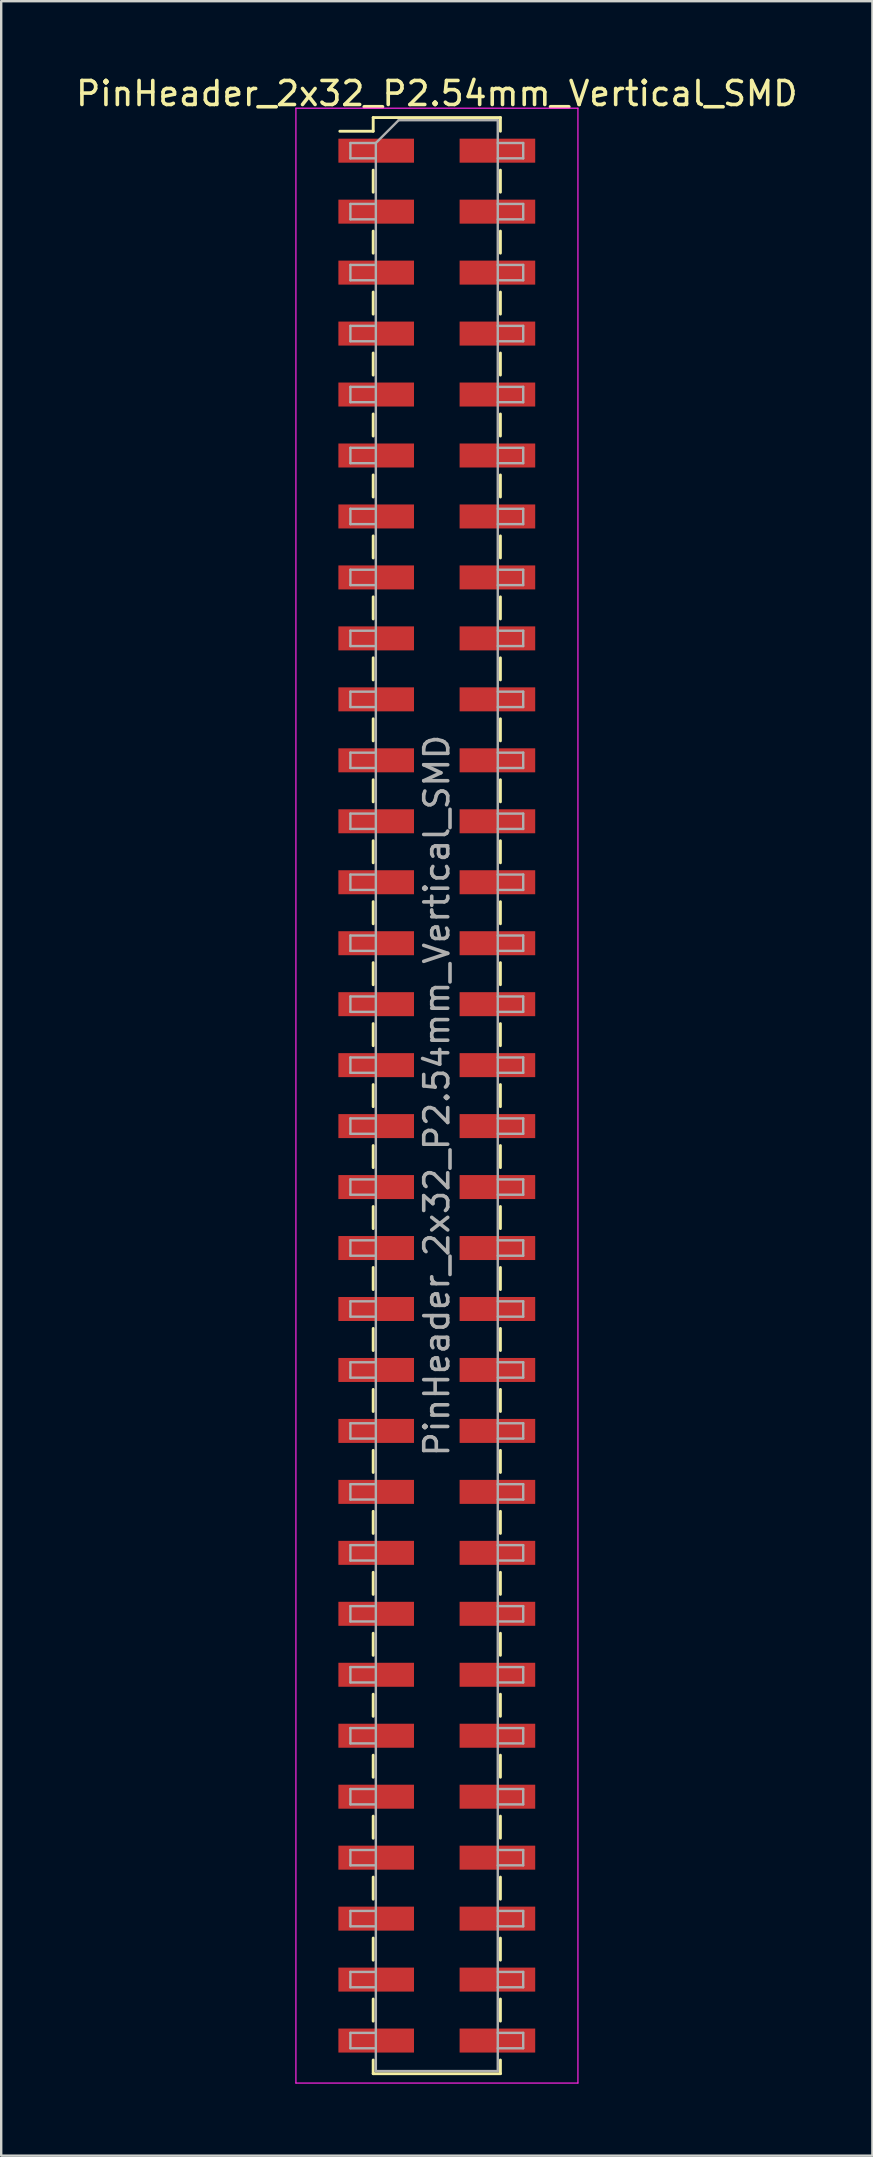
<source format=kicad_pcb>
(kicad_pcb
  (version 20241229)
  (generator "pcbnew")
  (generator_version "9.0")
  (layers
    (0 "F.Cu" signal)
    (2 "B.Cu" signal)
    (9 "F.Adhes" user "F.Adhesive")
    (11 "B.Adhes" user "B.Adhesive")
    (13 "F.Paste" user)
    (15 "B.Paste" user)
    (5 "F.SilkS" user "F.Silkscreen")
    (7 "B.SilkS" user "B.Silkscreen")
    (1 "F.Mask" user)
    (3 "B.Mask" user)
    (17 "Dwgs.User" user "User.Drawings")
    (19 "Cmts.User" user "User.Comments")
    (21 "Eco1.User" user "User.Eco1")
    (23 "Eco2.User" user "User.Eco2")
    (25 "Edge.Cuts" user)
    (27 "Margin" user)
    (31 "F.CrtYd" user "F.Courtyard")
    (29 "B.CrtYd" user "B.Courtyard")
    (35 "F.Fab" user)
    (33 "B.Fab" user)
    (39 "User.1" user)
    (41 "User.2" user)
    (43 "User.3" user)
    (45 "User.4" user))
  (footprint "PinHeader_2x32_P2.54mm_Vertical_SMD"
    (layer "F.Cu")
    (at 15.149 42.598)
    (property "Reference" "PinHeader_2x32_P2.54mm_Vertical_SMD" (at 0 -41.75 0) (layer "F.SilkS") (effects (font (size 1 1) (thickness 0.15))))
    (attr smd)
    (fp_line (start -4.04 -40.18) (end -2.65 -40.18) (stroke (width 0.12) (type solid)) (layer "F.SilkS"))
    (fp_line (start -2.65 -40.75) (end -2.65 -40.18) (stroke (width 0.12) (type solid)) (layer "F.SilkS"))
    (fp_line (start -2.65 -40.75) (end 2.65 -40.75) (stroke (width 0.12) (type solid)) (layer "F.SilkS"))
    (fp_line (start -2.65 -38.56) (end -2.65 -37.64) (stroke (width 0.12) (type solid)) (layer "F.SilkS"))
    (fp_line (start -2.65 -36.02) (end -2.65 -35.1) (stroke (width 0.12) (type solid)) (layer "F.SilkS"))
    (fp_line (start -2.65 -33.48) (end -2.65 -32.56) (stroke (width 0.12) (type solid)) (layer "F.SilkS"))
    (fp_line (start -2.65 -30.94) (end -2.65 -30.02) (stroke (width 0.12) (type solid)) (layer "F.SilkS"))
    (fp_line (start -2.65 -28.4) (end -2.65 -27.48) (stroke (width 0.12) (type solid)) (layer "F.SilkS"))
    (fp_line (start -2.65 -25.86) (end -2.65 -24.94) (stroke (width 0.12) (type solid)) (layer "F.SilkS"))
    (fp_line (start -2.65 -23.32) (end -2.65 -22.4) (stroke (width 0.12) (type solid)) (layer "F.SilkS"))
    (fp_line (start -2.65 -20.78) (end -2.65 -19.86) (stroke (width 0.12) (type solid)) (layer "F.SilkS"))
    (fp_line (start -2.65 -18.24) (end -2.65 -17.32) (stroke (width 0.12) (type solid)) (layer "F.SilkS"))
    (fp_line (start -2.65 -15.7) (end -2.65 -14.78) (stroke (width 0.12) (type solid)) (layer "F.SilkS"))
    (fp_line (start -2.65 -13.16) (end -2.65 -12.24) (stroke (width 0.12) (type solid)) (layer "F.SilkS"))
    (fp_line (start -2.65 -10.62) (end -2.65 -9.7) (stroke (width 0.12) (type solid)) (layer "F.SilkS"))
    (fp_line (start -2.65 -8.08) (end -2.65 -7.16) (stroke (width 0.12) (type solid)) (layer "F.SilkS"))
    (fp_line (start -2.65 -5.54) (end -2.65 -4.62) (stroke (width 0.12) (type solid)) (layer "F.SilkS"))
    (fp_line (start -2.65 -3) (end -2.65 -2.08) (stroke (width 0.12) (type solid)) (layer "F.SilkS"))
    (fp_line (start -2.65 -0.46) (end -2.65 0.46) (stroke (width 0.12) (type solid)) (layer "F.SilkS"))
    (fp_line (start -2.65 2.08) (end -2.65 3) (stroke (width 0.12) (type solid)) (layer "F.SilkS"))
    (fp_line (start -2.65 4.62) (end -2.65 5.54) (stroke (width 0.12) (type solid)) (layer "F.SilkS"))
    (fp_line (start -2.65 7.16) (end -2.65 8.08) (stroke (width 0.12) (type solid)) (layer "F.SilkS"))
    (fp_line (start -2.65 9.7) (end -2.65 10.62) (stroke (width 0.12) (type solid)) (layer "F.SilkS"))
    (fp_line (start -2.65 12.24) (end -2.65 13.16) (stroke (width 0.12) (type solid)) (layer "F.SilkS"))
    (fp_line (start -2.65 14.78) (end -2.65 15.7) (stroke (width 0.12) (type solid)) (layer "F.SilkS"))
    (fp_line (start -2.65 17.32) (end -2.65 18.24) (stroke (width 0.12) (type solid)) (layer "F.SilkS"))
    (fp_line (start -2.65 19.86) (end -2.65 20.78) (stroke (width 0.12) (type solid)) (layer "F.SilkS"))
    (fp_line (start -2.65 22.4) (end -2.65 23.32) (stroke (width 0.12) (type solid)) (layer "F.SilkS"))
    (fp_line (start -2.65 24.94) (end -2.65 25.86) (stroke (width 0.12) (type solid)) (layer "F.SilkS"))
    (fp_line (start -2.65 27.48) (end -2.65 28.4) (stroke (width 0.12) (type solid)) (layer "F.SilkS"))
    (fp_line (start -2.65 30.02) (end -2.65 30.94) (stroke (width 0.12) (type solid)) (layer "F.SilkS"))
    (fp_line (start -2.65 32.56) (end -2.65 33.48) (stroke (width 0.12) (type solid)) (layer "F.SilkS"))
    (fp_line (start -2.65 35.1) (end -2.65 36.02) (stroke (width 0.12) (type solid)) (layer "F.SilkS"))
    (fp_line (start -2.65 37.64) (end -2.65 38.56) (stroke (width 0.12) (type solid)) (layer "F.SilkS"))
    (fp_line (start -2.65 40.18) (end -2.65 40.75) (stroke (width 0.12) (type solid)) (layer "F.SilkS"))
    (fp_line (start -2.65 40.75) (end 2.65 40.75) (stroke (width 0.12) (type solid)) (layer "F.SilkS"))
    (fp_line (start 2.65 -40.75) (end 2.65 -40.18) (stroke (width 0.12) (type solid)) (layer "F.SilkS"))
    (fp_line (start 2.65 -38.56) (end 2.65 -37.64) (stroke (width 0.12) (type solid)) (layer "F.SilkS"))
    (fp_line (start 2.65 -36.02) (end 2.65 -35.1) (stroke (width 0.12) (type solid)) (layer "F.SilkS"))
    (fp_line (start 2.65 -33.48) (end 2.65 -32.56) (stroke (width 0.12) (type solid)) (layer "F.SilkS"))
    (fp_line (start 2.65 -30.94) (end 2.65 -30.02) (stroke (width 0.12) (type solid)) (layer "F.SilkS"))
    (fp_line (start 2.65 -28.4) (end 2.65 -27.48) (stroke (width 0.12) (type solid)) (layer "F.SilkS"))
    (fp_line (start 2.65 -25.86) (end 2.65 -24.94) (stroke (width 0.12) (type solid)) (layer "F.SilkS"))
    (fp_line (start 2.65 -23.32) (end 2.65 -22.4) (stroke (width 0.12) (type solid)) (layer "F.SilkS"))
    (fp_line (start 2.65 -20.78) (end 2.65 -19.86) (stroke (width 0.12) (type solid)) (layer "F.SilkS"))
    (fp_line (start 2.65 -18.24) (end 2.65 -17.32) (stroke (width 0.12) (type solid)) (layer "F.SilkS"))
    (fp_line (start 2.65 -15.7) (end 2.65 -14.78) (stroke (width 0.12) (type solid)) (layer "F.SilkS"))
    (fp_line (start 2.65 -13.16) (end 2.65 -12.24) (stroke (width 0.12) (type solid)) (layer "F.SilkS"))
    (fp_line (start 2.65 -10.62) (end 2.65 -9.7) (stroke (width 0.12) (type solid)) (layer "F.SilkS"))
    (fp_line (start 2.65 -8.08) (end 2.65 -7.16) (stroke (width 0.12) (type solid)) (layer "F.SilkS"))
    (fp_line (start 2.65 -5.54) (end 2.65 -4.62) (stroke (width 0.12) (type solid)) (layer "F.SilkS"))
    (fp_line (start 2.65 -3) (end 2.65 -2.08) (stroke (width 0.12) (type solid)) (layer "F.SilkS"))
    (fp_line (start 2.65 -0.46) (end 2.65 0.46) (stroke (width 0.12) (type solid)) (layer "F.SilkS"))
    (fp_line (start 2.65 2.08) (end 2.65 3) (stroke (width 0.12) (type solid)) (layer "F.SilkS"))
    (fp_line (start 2.65 4.62) (end 2.65 5.54) (stroke (width 0.12) (type solid)) (layer "F.SilkS"))
    (fp_line (start 2.65 7.16) (end 2.65 8.08) (stroke (width 0.12) (type solid)) (layer "F.SilkS"))
    (fp_line (start 2.65 9.7) (end 2.65 10.62) (stroke (width 0.12) (type solid)) (layer "F.SilkS"))
    (fp_line (start 2.65 12.24) (end 2.65 13.16) (stroke (width 0.12) (type solid)) (layer "F.SilkS"))
    (fp_line (start 2.65 14.78) (end 2.65 15.7) (stroke (width 0.12) (type solid)) (layer "F.SilkS"))
    (fp_line (start 2.65 17.32) (end 2.65 18.24) (stroke (width 0.12) (type solid)) (layer "F.SilkS"))
    (fp_line (start 2.65 19.86) (end 2.65 20.78) (stroke (width 0.12) (type solid)) (layer "F.SilkS"))
    (fp_line (start 2.65 22.4) (end 2.65 23.32) (stroke (width 0.12) (type solid)) (layer "F.SilkS"))
    (fp_line (start 2.65 24.94) (end 2.65 25.86) (stroke (width 0.12) (type solid)) (layer "F.SilkS"))
    (fp_line (start 2.65 27.48) (end 2.65 28.4) (stroke (width 0.12) (type solid)) (layer "F.SilkS"))
    (fp_line (start 2.65 30.02) (end 2.65 30.94) (stroke (width 0.12) (type solid)) (layer "F.SilkS"))
    (fp_line (start 2.65 32.56) (end 2.65 33.48) (stroke (width 0.12) (type solid)) (layer "F.SilkS"))
    (fp_line (start 2.65 35.1) (end 2.65 36.02) (stroke (width 0.12) (type solid)) (layer "F.SilkS"))
    (fp_line (start 2.65 37.64) (end 2.65 38.56) (stroke (width 0.12) (type solid)) (layer "F.SilkS"))
    (fp_line (start 2.65 40.18) (end 2.65 40.75) (stroke (width 0.12) (type solid)) (layer "F.SilkS"))
    (fp_line (start -5.87 -41.14) (end -5.87 41.14) (stroke (width 0.05) (type solid)) (layer "F.CrtYd"))
    (fp_line (start -5.87 41.14) (end 5.88 41.14) (stroke (width 0.05) (type solid)) (layer "F.CrtYd"))
    (fp_line (start 5.88 -41.14) (end -5.87 -41.14) (stroke (width 0.05) (type solid)) (layer "F.CrtYd"))
    (fp_line (start 5.88 41.14) (end 5.88 -41.14) (stroke (width 0.05) (type solid)) (layer "F.CrtYd"))
    (fp_line (start -3.6 -39.69) (end -3.6 -39.05) (stroke (width 0.1) (type solid)) (layer "F.Fab"))
    (fp_line (start -3.6 -39.05) (end -2.54 -39.05) (stroke (width 0.1) (type solid)) (layer "F.Fab"))
    (fp_line (start -3.6 -37.15) (end -3.6 -36.51) (stroke (width 0.1) (type solid)) (layer "F.Fab"))
    (fp_line (start -3.6 -36.51) (end -2.54 -36.51) (stroke (width 0.1) (type solid)) (layer "F.Fab"))
    (fp_line (start -3.6 -34.61) (end -3.6 -33.97) (stroke (width 0.1) (type solid)) (layer "F.Fab"))
    (fp_line (start -3.6 -33.97) (end -2.54 -33.97) (stroke (width 0.1) (type solid)) (layer "F.Fab"))
    (fp_line (start -3.6 -32.07) (end -3.6 -31.43) (stroke (width 0.1) (type solid)) (layer "F.Fab"))
    (fp_line (start -3.6 -31.43) (end -2.54 -31.43) (stroke (width 0.1) (type solid)) (layer "F.Fab"))
    (fp_line (start -3.6 -29.53) (end -3.6 -28.89) (stroke (width 0.1) (type solid)) (layer "F.Fab"))
    (fp_line (start -3.6 -28.89) (end -2.54 -28.89) (stroke (width 0.1) (type solid)) (layer "F.Fab"))
    (fp_line (start -3.6 -26.99) (end -3.6 -26.35) (stroke (width 0.1) (type solid)) (layer "F.Fab"))
    (fp_line (start -3.6 -26.35) (end -2.54 -26.35) (stroke (width 0.1) (type solid)) (layer "F.Fab"))
    (fp_line (start -3.6 -24.45) (end -3.6 -23.81) (stroke (width 0.1) (type solid)) (layer "F.Fab"))
    (fp_line (start -3.6 -23.81) (end -2.54 -23.81) (stroke (width 0.1) (type solid)) (layer "F.Fab"))
    (fp_line (start -3.6 -21.91) (end -3.6 -21.27) (stroke (width 0.1) (type solid)) (layer "F.Fab"))
    (fp_line (start -3.6 -21.27) (end -2.54 -21.27) (stroke (width 0.1) (type solid)) (layer "F.Fab"))
    (fp_line (start -3.6 -19.37) (end -3.6 -18.73) (stroke (width 0.1) (type solid)) (layer "F.Fab"))
    (fp_line (start -3.6 -18.73) (end -2.54 -18.73) (stroke (width 0.1) (type solid)) (layer "F.Fab"))
    (fp_line (start -3.6 -16.83) (end -3.6 -16.19) (stroke (width 0.1) (type solid)) (layer "F.Fab"))
    (fp_line (start -3.6 -16.19) (end -2.54 -16.19) (stroke (width 0.1) (type solid)) (layer "F.Fab"))
    (fp_line (start -3.6 -14.29) (end -3.6 -13.65) (stroke (width 0.1) (type solid)) (layer "F.Fab"))
    (fp_line (start -3.6 -13.65) (end -2.54 -13.65) (stroke (width 0.1) (type solid)) (layer "F.Fab"))
    (fp_line (start -3.6 -11.75) (end -3.6 -11.11) (stroke (width 0.1) (type solid)) (layer "F.Fab"))
    (fp_line (start -3.6 -11.11) (end -2.54 -11.11) (stroke (width 0.1) (type solid)) (layer "F.Fab"))
    (fp_line (start -3.6 -9.21) (end -3.6 -8.57) (stroke (width 0.1) (type solid)) (layer "F.Fab"))
    (fp_line (start -3.6 -8.57) (end -2.54 -8.57) (stroke (width 0.1) (type solid)) (layer "F.Fab"))
    (fp_line (start -3.6 -6.67) (end -3.6 -6.03) (stroke (width 0.1) (type solid)) (layer "F.Fab"))
    (fp_line (start -3.6 -6.03) (end -2.54 -6.03) (stroke (width 0.1) (type solid)) (layer "F.Fab"))
    (fp_line (start -3.6 -4.13) (end -3.6 -3.49) (stroke (width 0.1) (type solid)) (layer "F.Fab"))
    (fp_line (start -3.6 -3.49) (end -2.54 -3.49) (stroke (width 0.1) (type solid)) (layer "F.Fab"))
    (fp_line (start -3.6 -1.59) (end -3.6 -0.95) (stroke (width 0.1) (type solid)) (layer "F.Fab"))
    (fp_line (start -3.6 -0.95) (end -2.54 -0.95) (stroke (width 0.1) (type solid)) (layer "F.Fab"))
    (fp_line (start -3.6 0.95) (end -3.6 1.59) (stroke (width 0.1) (type solid)) (layer "F.Fab"))
    (fp_line (start -3.6 1.59) (end -2.54 1.59) (stroke (width 0.1) (type solid)) (layer "F.Fab"))
    (fp_line (start -3.6 3.49) (end -3.6 4.13) (stroke (width 0.1) (type solid)) (layer "F.Fab"))
    (fp_line (start -3.6 4.13) (end -2.54 4.13) (stroke (width 0.1) (type solid)) (layer "F.Fab"))
    (fp_line (start -3.6 6.03) (end -3.6 6.67) (stroke (width 0.1) (type solid)) (layer "F.Fab"))
    (fp_line (start -3.6 6.67) (end -2.54 6.67) (stroke (width 0.1) (type solid)) (layer "F.Fab"))
    (fp_line (start -3.6 8.57) (end -3.6 9.21) (stroke (width 0.1) (type solid)) (layer "F.Fab"))
    (fp_line (start -3.6 9.21) (end -2.54 9.21) (stroke (width 0.1) (type solid)) (layer "F.Fab"))
    (fp_line (start -3.6 11.11) (end -3.6 11.75) (stroke (width 0.1) (type solid)) (layer "F.Fab"))
    (fp_line (start -3.6 11.75) (end -2.54 11.75) (stroke (width 0.1) (type solid)) (layer "F.Fab"))
    (fp_line (start -3.6 13.65) (end -3.6 14.29) (stroke (width 0.1) (type solid)) (layer "F.Fab"))
    (fp_line (start -3.6 14.29) (end -2.54 14.29) (stroke (width 0.1) (type solid)) (layer "F.Fab"))
    (fp_line (start -3.6 16.19) (end -3.6 16.83) (stroke (width 0.1) (type solid)) (layer "F.Fab"))
    (fp_line (start -3.6 16.83) (end -2.54 16.83) (stroke (width 0.1) (type solid)) (layer "F.Fab"))
    (fp_line (start -3.6 18.73) (end -3.6 19.37) (stroke (width 0.1) (type solid)) (layer "F.Fab"))
    (fp_line (start -3.6 19.37) (end -2.54 19.37) (stroke (width 0.1) (type solid)) (layer "F.Fab"))
    (fp_line (start -3.6 21.27) (end -3.6 21.91) (stroke (width 0.1) (type solid)) (layer "F.Fab"))
    (fp_line (start -3.6 21.91) (end -2.54 21.91) (stroke (width 0.1) (type solid)) (layer "F.Fab"))
    (fp_line (start -3.6 23.81) (end -3.6 24.45) (stroke (width 0.1) (type solid)) (layer "F.Fab"))
    (fp_line (start -3.6 24.45) (end -2.54 24.45) (stroke (width 0.1) (type solid)) (layer "F.Fab"))
    (fp_line (start -3.6 26.35) (end -3.6 26.99) (stroke (width 0.1) (type solid)) (layer "F.Fab"))
    (fp_line (start -3.6 26.99) (end -2.54 26.99) (stroke (width 0.1) (type solid)) (layer "F.Fab"))
    (fp_line (start -3.6 28.89) (end -3.6 29.53) (stroke (width 0.1) (type solid)) (layer "F.Fab"))
    (fp_line (start -3.6 29.53) (end -2.54 29.53) (stroke (width 0.1) (type solid)) (layer "F.Fab"))
    (fp_line (start -3.6 31.43) (end -3.6 32.07) (stroke (width 0.1) (type solid)) (layer "F.Fab"))
    (fp_line (start -3.6 32.07) (end -2.54 32.07) (stroke (width 0.1) (type solid)) (layer "F.Fab"))
    (fp_line (start -3.6 33.97) (end -3.6 34.61) (stroke (width 0.1) (type solid)) (layer "F.Fab"))
    (fp_line (start -3.6 34.61) (end -2.54 34.61) (stroke (width 0.1) (type solid)) (layer "F.Fab"))
    (fp_line (start -3.6 36.51) (end -3.6 37.15) (stroke (width 0.1) (type solid)) (layer "F.Fab"))
    (fp_line (start -3.6 37.15) (end -2.54 37.15) (stroke (width 0.1) (type solid)) (layer "F.Fab"))
    (fp_line (start -3.6 39.05) (end -3.6 39.69) (stroke (width 0.1) (type solid)) (layer "F.Fab"))
    (fp_line (start -3.6 39.69) (end -2.54 39.69) (stroke (width 0.1) (type solid)) (layer "F.Fab"))
    (fp_line (start -2.54 -39.69) (end -3.6 -39.69) (stroke (width 0.1) (type solid)) (layer "F.Fab"))
    (fp_line (start -2.54 -39.69) (end -1.59 -40.64) (stroke (width 0.1) (type solid)) (layer "F.Fab"))
    (fp_line (start -2.54 -37.15) (end -3.6 -37.15) (stroke (width 0.1) (type solid)) (layer "F.Fab"))
    (fp_line (start -2.54 -34.61) (end -3.6 -34.61) (stroke (width 0.1) (type solid)) (layer "F.Fab"))
    (fp_line (start -2.54 -32.07) (end -3.6 -32.07) (stroke (width 0.1) (type solid)) (layer "F.Fab"))
    (fp_line (start -2.54 -29.53) (end -3.6 -29.53) (stroke (width 0.1) (type solid)) (layer "F.Fab"))
    (fp_line (start -2.54 -26.99) (end -3.6 -26.99) (stroke (width 0.1) (type solid)) (layer "F.Fab"))
    (fp_line (start -2.54 -24.45) (end -3.6 -24.45) (stroke (width 0.1) (type solid)) (layer "F.Fab"))
    (fp_line (start -2.54 -21.91) (end -3.6 -21.91) (stroke (width 0.1) (type solid)) (layer "F.Fab"))
    (fp_line (start -2.54 -19.37) (end -3.6 -19.37) (stroke (width 0.1) (type solid)) (layer "F.Fab"))
    (fp_line (start -2.54 -16.83) (end -3.6 -16.83) (stroke (width 0.1) (type solid)) (layer "F.Fab"))
    (fp_line (start -2.54 -14.29) (end -3.6 -14.29) (stroke (width 0.1) (type solid)) (layer "F.Fab"))
    (fp_line (start -2.54 -11.75) (end -3.6 -11.75) (stroke (width 0.1) (type solid)) (layer "F.Fab"))
    (fp_line (start -2.54 -9.21) (end -3.6 -9.21) (stroke (width 0.1) (type solid)) (layer "F.Fab"))
    (fp_line (start -2.54 -6.67) (end -3.6 -6.67) (stroke (width 0.1) (type solid)) (layer "F.Fab"))
    (fp_line (start -2.54 -4.13) (end -3.6 -4.13) (stroke (width 0.1) (type solid)) (layer "F.Fab"))
    (fp_line (start -2.54 -1.59) (end -3.6 -1.59) (stroke (width 0.1) (type solid)) (layer "F.Fab"))
    (fp_line (start -2.54 0.95) (end -3.6 0.95) (stroke (width 0.1) (type solid)) (layer "F.Fab"))
    (fp_line (start -2.54 3.49) (end -3.6 3.49) (stroke (width 0.1) (type solid)) (layer "F.Fab"))
    (fp_line (start -2.54 6.03) (end -3.6 6.03) (stroke (width 0.1) (type solid)) (layer "F.Fab"))
    (fp_line (start -2.54 8.57) (end -3.6 8.57) (stroke (width 0.1) (type solid)) (layer "F.Fab"))
    (fp_line (start -2.54 11.11) (end -3.6 11.11) (stroke (width 0.1) (type solid)) (layer "F.Fab"))
    (fp_line (start -2.54 13.65) (end -3.6 13.65) (stroke (width 0.1) (type solid)) (layer "F.Fab"))
    (fp_line (start -2.54 16.19) (end -3.6 16.19) (stroke (width 0.1) (type solid)) (layer "F.Fab"))
    (fp_line (start -2.54 18.73) (end -3.6 18.73) (stroke (width 0.1) (type solid)) (layer "F.Fab"))
    (fp_line (start -2.54 21.27) (end -3.6 21.27) (stroke (width 0.1) (type solid)) (layer "F.Fab"))
    (fp_line (start -2.54 23.81) (end -3.6 23.81) (stroke (width 0.1) (type solid)) (layer "F.Fab"))
    (fp_line (start -2.54 26.35) (end -3.6 26.35) (stroke (width 0.1) (type solid)) (layer "F.Fab"))
    (fp_line (start -2.54 28.89) (end -3.6 28.89) (stroke (width 0.1) (type solid)) (layer "F.Fab"))
    (fp_line (start -2.54 31.43) (end -3.6 31.43) (stroke (width 0.1) (type solid)) (layer "F.Fab"))
    (fp_line (start -2.54 33.97) (end -3.6 33.97) (stroke (width 0.1) (type solid)) (layer "F.Fab"))
    (fp_line (start -2.54 36.51) (end -3.6 36.51) (stroke (width 0.1) (type solid)) (layer "F.Fab"))
    (fp_line (start -2.54 39.05) (end -3.6 39.05) (stroke (width 0.1) (type solid)) (layer "F.Fab"))
    (fp_line (start -2.54 40.64) (end -2.54 -39.69) (stroke (width 0.1) (type solid)) (layer "F.Fab"))
    (fp_line (start -1.59 -40.64) (end 2.54 -40.64) (stroke (width 0.1) (type solid)) (layer "F.Fab"))
    (fp_line (start 2.54 -40.64) (end 2.54 40.64) (stroke (width 0.1) (type solid)) (layer "F.Fab"))
    (fp_line (start 2.54 -39.69) (end 3.6 -39.69) (stroke (width 0.1) (type solid)) (layer "F.Fab"))
    (fp_line (start 2.54 -37.15) (end 3.6 -37.15) (stroke (width 0.1) (type solid)) (layer "F.Fab"))
    (fp_line (start 2.54 -34.61) (end 3.6 -34.61) (stroke (width 0.1) (type solid)) (layer "F.Fab"))
    (fp_line (start 2.54 -32.07) (end 3.6 -32.07) (stroke (width 0.1) (type solid)) (layer "F.Fab"))
    (fp_line (start 2.54 -29.53) (end 3.6 -29.53) (stroke (width 0.1) (type solid)) (layer "F.Fab"))
    (fp_line (start 2.54 -26.99) (end 3.6 -26.99) (stroke (width 0.1) (type solid)) (layer "F.Fab"))
    (fp_line (start 2.54 -24.45) (end 3.6 -24.45) (stroke (width 0.1) (type solid)) (layer "F.Fab"))
    (fp_line (start 2.54 -21.91) (end 3.6 -21.91) (stroke (width 0.1) (type solid)) (layer "F.Fab"))
    (fp_line (start 2.54 -19.37) (end 3.6 -19.37) (stroke (width 0.1) (type solid)) (layer "F.Fab"))
    (fp_line (start 2.54 -16.83) (end 3.6 -16.83) (stroke (width 0.1) (type solid)) (layer "F.Fab"))
    (fp_line (start 2.54 -14.29) (end 3.6 -14.29) (stroke (width 0.1) (type solid)) (layer "F.Fab"))
    (fp_line (start 2.54 -11.75) (end 3.6 -11.75) (stroke (width 0.1) (type solid)) (layer "F.Fab"))
    (fp_line (start 2.54 -9.21) (end 3.6 -9.21) (stroke (width 0.1) (type solid)) (layer "F.Fab"))
    (fp_line (start 2.54 -6.67) (end 3.6 -6.67) (stroke (width 0.1) (type solid)) (layer "F.Fab"))
    (fp_line (start 2.54 -4.13) (end 3.6 -4.13) (stroke (width 0.1) (type solid)) (layer "F.Fab"))
    (fp_line (start 2.54 -1.59) (end 3.6 -1.59) (stroke (width 0.1) (type solid)) (layer "F.Fab"))
    (fp_line (start 2.54 0.95) (end 3.6 0.95) (stroke (width 0.1) (type solid)) (layer "F.Fab"))
    (fp_line (start 2.54 3.49) (end 3.6 3.49) (stroke (width 0.1) (type solid)) (layer "F.Fab"))
    (fp_line (start 2.54 6.03) (end 3.6 6.03) (stroke (width 0.1) (type solid)) (layer "F.Fab"))
    (fp_line (start 2.54 8.57) (end 3.6 8.57) (stroke (width 0.1) (type solid)) (layer "F.Fab"))
    (fp_line (start 2.54 11.11) (end 3.6 11.11) (stroke (width 0.1) (type solid)) (layer "F.Fab"))
    (fp_line (start 2.54 13.65) (end 3.6 13.65) (stroke (width 0.1) (type solid)) (layer "F.Fab"))
    (fp_line (start 2.54 16.19) (end 3.6 16.19) (stroke (width 0.1) (type solid)) (layer "F.Fab"))
    (fp_line (start 2.54 18.73) (end 3.6 18.73) (stroke (width 0.1) (type solid)) (layer "F.Fab"))
    (fp_line (start 2.54 21.27) (end 3.6 21.27) (stroke (width 0.1) (type solid)) (layer "F.Fab"))
    (fp_line (start 2.54 23.81) (end 3.6 23.81) (stroke (width 0.1) (type solid)) (layer "F.Fab"))
    (fp_line (start 2.54 26.35) (end 3.6 26.35) (stroke (width 0.1) (type solid)) (layer "F.Fab"))
    (fp_line (start 2.54 28.89) (end 3.6 28.89) (stroke (width 0.1) (type solid)) (layer "F.Fab"))
    (fp_line (start 2.54 31.43) (end 3.6 31.43) (stroke (width 0.1) (type solid)) (layer "F.Fab"))
    (fp_line (start 2.54 33.97) (end 3.6 33.97) (stroke (width 0.1) (type solid)) (layer "F.Fab"))
    (fp_line (start 2.54 36.51) (end 3.6 36.51) (stroke (width 0.1) (type solid)) (layer "F.Fab"))
    (fp_line (start 2.54 39.05) (end 3.6 39.05) (stroke (width 0.1) (type solid)) (layer "F.Fab"))
    (fp_line (start 2.54 40.64) (end -2.54 40.64) (stroke (width 0.1) (type solid)) (layer "F.Fab"))
    (fp_line (start 3.6 -39.69) (end 3.6 -39.05) (stroke (width 0.1) (type solid)) (layer "F.Fab"))
    (fp_line (start 3.6 -39.05) (end 2.54 -39.05) (stroke (width 0.1) (type solid)) (layer "F.Fab"))
    (fp_line (start 3.6 -37.15) (end 3.6 -36.51) (stroke (width 0.1) (type solid)) (layer "F.Fab"))
    (fp_line (start 3.6 -36.51) (end 2.54 -36.51) (stroke (width 0.1) (type solid)) (layer "F.Fab"))
    (fp_line (start 3.6 -34.61) (end 3.6 -33.97) (stroke (width 0.1) (type solid)) (layer "F.Fab"))
    (fp_line (start 3.6 -33.97) (end 2.54 -33.97) (stroke (width 0.1) (type solid)) (layer "F.Fab"))
    (fp_line (start 3.6 -32.07) (end 3.6 -31.43) (stroke (width 0.1) (type solid)) (layer "F.Fab"))
    (fp_line (start 3.6 -31.43) (end 2.54 -31.43) (stroke (width 0.1) (type solid)) (layer "F.Fab"))
    (fp_line (start 3.6 -29.53) (end 3.6 -28.89) (stroke (width 0.1) (type solid)) (layer "F.Fab"))
    (fp_line (start 3.6 -28.89) (end 2.54 -28.89) (stroke (width 0.1) (type solid)) (layer "F.Fab"))
    (fp_line (start 3.6 -26.99) (end 3.6 -26.35) (stroke (width 0.1) (type solid)) (layer "F.Fab"))
    (fp_line (start 3.6 -26.35) (end 2.54 -26.35) (stroke (width 0.1) (type solid)) (layer "F.Fab"))
    (fp_line (start 3.6 -24.45) (end 3.6 -23.81) (stroke (width 0.1) (type solid)) (layer "F.Fab"))
    (fp_line (start 3.6 -23.81) (end 2.54 -23.81) (stroke (width 0.1) (type solid)) (layer "F.Fab"))
    (fp_line (start 3.6 -21.91) (end 3.6 -21.27) (stroke (width 0.1) (type solid)) (layer "F.Fab"))
    (fp_line (start 3.6 -21.27) (end 2.54 -21.27) (stroke (width 0.1) (type solid)) (layer "F.Fab"))
    (fp_line (start 3.6 -19.37) (end 3.6 -18.73) (stroke (width 0.1) (type solid)) (layer "F.Fab"))
    (fp_line (start 3.6 -18.73) (end 2.54 -18.73) (stroke (width 0.1) (type solid)) (layer "F.Fab"))
    (fp_line (start 3.6 -16.83) (end 3.6 -16.19) (stroke (width 0.1) (type solid)) (layer "F.Fab"))
    (fp_line (start 3.6 -16.19) (end 2.54 -16.19) (stroke (width 0.1) (type solid)) (layer "F.Fab"))
    (fp_line (start 3.6 -14.29) (end 3.6 -13.65) (stroke (width 0.1) (type solid)) (layer "F.Fab"))
    (fp_line (start 3.6 -13.65) (end 2.54 -13.65) (stroke (width 0.1) (type solid)) (layer "F.Fab"))
    (fp_line (start 3.6 -11.75) (end 3.6 -11.11) (stroke (width 0.1) (type solid)) (layer "F.Fab"))
    (fp_line (start 3.6 -11.11) (end 2.54 -11.11) (stroke (width 0.1) (type solid)) (layer "F.Fab"))
    (fp_line (start 3.6 -9.21) (end 3.6 -8.57) (stroke (width 0.1) (type solid)) (layer "F.Fab"))
    (fp_line (start 3.6 -8.57) (end 2.54 -8.57) (stroke (width 0.1) (type solid)) (layer "F.Fab"))
    (fp_line (start 3.6 -6.67) (end 3.6 -6.03) (stroke (width 0.1) (type solid)) (layer "F.Fab"))
    (fp_line (start 3.6 -6.03) (end 2.54 -6.03) (stroke (width 0.1) (type solid)) (layer "F.Fab"))
    (fp_line (start 3.6 -4.13) (end 3.6 -3.49) (stroke (width 0.1) (type solid)) (layer "F.Fab"))
    (fp_line (start 3.6 -3.49) (end 2.54 -3.49) (stroke (width 0.1) (type solid)) (layer "F.Fab"))
    (fp_line (start 3.6 -1.59) (end 3.6 -0.95) (stroke (width 0.1) (type solid)) (layer "F.Fab"))
    (fp_line (start 3.6 -0.95) (end 2.54 -0.95) (stroke (width 0.1) (type solid)) (layer "F.Fab"))
    (fp_line (start 3.6 0.95) (end 3.6 1.59) (stroke (width 0.1) (type solid)) (layer "F.Fab"))
    (fp_line (start 3.6 1.59) (end 2.54 1.59) (stroke (width 0.1) (type solid)) (layer "F.Fab"))
    (fp_line (start 3.6 3.49) (end 3.6 4.13) (stroke (width 0.1) (type solid)) (layer "F.Fab"))
    (fp_line (start 3.6 4.13) (end 2.54 4.13) (stroke (width 0.1) (type solid)) (layer "F.Fab"))
    (fp_line (start 3.6 6.03) (end 3.6 6.67) (stroke (width 0.1) (type solid)) (layer "F.Fab"))
    (fp_line (start 3.6 6.67) (end 2.54 6.67) (stroke (width 0.1) (type solid)) (layer "F.Fab"))
    (fp_line (start 3.6 8.57) (end 3.6 9.21) (stroke (width 0.1) (type solid)) (layer "F.Fab"))
    (fp_line (start 3.6 9.21) (end 2.54 9.21) (stroke (width 0.1) (type solid)) (layer "F.Fab"))
    (fp_line (start 3.6 11.11) (end 3.6 11.75) (stroke (width 0.1) (type solid)) (layer "F.Fab"))
    (fp_line (start 3.6 11.75) (end 2.54 11.75) (stroke (width 0.1) (type solid)) (layer "F.Fab"))
    (fp_line (start 3.6 13.65) (end 3.6 14.29) (stroke (width 0.1) (type solid)) (layer "F.Fab"))
    (fp_line (start 3.6 14.29) (end 2.54 14.29) (stroke (width 0.1) (type solid)) (layer "F.Fab"))
    (fp_line (start 3.6 16.19) (end 3.6 16.83) (stroke (width 0.1) (type solid)) (layer "F.Fab"))
    (fp_line (start 3.6 16.83) (end 2.54 16.83) (stroke (width 0.1) (type solid)) (layer "F.Fab"))
    (fp_line (start 3.6 18.73) (end 3.6 19.37) (stroke (width 0.1) (type solid)) (layer "F.Fab"))
    (fp_line (start 3.6 19.37) (end 2.54 19.37) (stroke (width 0.1) (type solid)) (layer "F.Fab"))
    (fp_line (start 3.6 21.27) (end 3.6 21.91) (stroke (width 0.1) (type solid)) (layer "F.Fab"))
    (fp_line (start 3.6 21.91) (end 2.54 21.91) (stroke (width 0.1) (type solid)) (layer "F.Fab"))
    (fp_line (start 3.6 23.81) (end 3.6 24.45) (stroke (width 0.1) (type solid)) (layer "F.Fab"))
    (fp_line (start 3.6 24.45) (end 2.54 24.45) (stroke (width 0.1) (type solid)) (layer "F.Fab"))
    (fp_line (start 3.6 26.35) (end 3.6 26.99) (stroke (width 0.1) (type solid)) (layer "F.Fab"))
    (fp_line (start 3.6 26.99) (end 2.54 26.99) (stroke (width 0.1) (type solid)) (layer "F.Fab"))
    (fp_line (start 3.6 28.89) (end 3.6 29.53) (stroke (width 0.1) (type solid)) (layer "F.Fab"))
    (fp_line (start 3.6 29.53) (end 2.54 29.53) (stroke (width 0.1) (type solid)) (layer "F.Fab"))
    (fp_line (start 3.6 31.43) (end 3.6 32.07) (stroke (width 0.1) (type solid)) (layer "F.Fab"))
    (fp_line (start 3.6 32.07) (end 2.54 32.07) (stroke (width 0.1) (type solid)) (layer "F.Fab"))
    (fp_line (start 3.6 33.97) (end 3.6 34.61) (stroke (width 0.1) (type solid)) (layer "F.Fab"))
    (fp_line (start 3.6 34.61) (end 2.54 34.61) (stroke (width 0.1) (type solid)) (layer "F.Fab"))
    (fp_line (start 3.6 36.51) (end 3.6 37.15) (stroke (width 0.1) (type solid)) (layer "F.Fab"))
    (fp_line (start 3.6 37.15) (end 2.54 37.15) (stroke (width 0.1) (type solid)) (layer "F.Fab"))
    (fp_line (start 3.6 39.05) (end 3.6 39.69) (stroke (width 0.1) (type solid)) (layer "F.Fab"))
    (fp_line (start 3.6 39.69) (end 2.54 39.69) (stroke (width 0.1) (type solid)) (layer "F.Fab"))
    (fp_text user "${REFERENCE}" (at 0 0 90) (layer "F.Fab") (effects (font (size 1 1) (thickness 0.15))))
    (pad "1" smd rect (at -2.525 -39.37) (size 3.15 1) (layers "F.Cu" "F.Mask" "F.Paste"))
    (pad "2" smd rect (at 2.525 -39.37) (size 3.15 1) (layers "F.Cu" "F.Mask" "F.Paste"))
    (pad "3" smd rect (at -2.525 -36.83) (size 3.15 1) (layers "F.Cu" "F.Mask" "F.Paste"))
    (pad "4" smd rect (at 2.525 -36.83) (size 3.15 1) (layers "F.Cu" "F.Mask" "F.Paste"))
    (pad "5" smd rect (at -2.525 -34.29) (size 3.15 1) (layers "F.Cu" "F.Mask" "F.Paste"))
    (pad "6" smd rect (at 2.525 -34.29) (size 3.15 1) (layers "F.Cu" "F.Mask" "F.Paste"))
    (pad "7" smd rect (at -2.525 -31.75) (size 3.15 1) (layers "F.Cu" "F.Mask" "F.Paste"))
    (pad "8" smd rect (at 2.525 -31.75) (size 3.15 1) (layers "F.Cu" "F.Mask" "F.Paste"))
    (pad "9" smd rect (at -2.525 -29.21) (size 3.15 1) (layers "F.Cu" "F.Mask" "F.Paste"))
    (pad "10" smd rect (at 2.525 -29.21) (size 3.15 1) (layers "F.Cu" "F.Mask" "F.Paste"))
    (pad "11" smd rect (at -2.525 -26.67) (size 3.15 1) (layers "F.Cu" "F.Mask" "F.Paste"))
    (pad "12" smd rect (at 2.525 -26.67) (size 3.15 1) (layers "F.Cu" "F.Mask" "F.Paste"))
    (pad "13" smd rect (at -2.525 -24.13) (size 3.15 1) (layers "F.Cu" "F.Mask" "F.Paste"))
    (pad "14" smd rect (at 2.525 -24.13) (size 3.15 1) (layers "F.Cu" "F.Mask" "F.Paste"))
    (pad "15" smd rect (at -2.525 -21.59) (size 3.15 1) (layers "F.Cu" "F.Mask" "F.Paste"))
    (pad "16" smd rect (at 2.525 -21.59) (size 3.15 1) (layers "F.Cu" "F.Mask" "F.Paste"))
    (pad "17" smd rect (at -2.525 -19.05) (size 3.15 1) (layers "F.Cu" "F.Mask" "F.Paste"))
    (pad "18" smd rect (at 2.525 -19.05) (size 3.15 1) (layers "F.Cu" "F.Mask" "F.Paste"))
    (pad "19" smd rect (at -2.525 -16.51) (size 3.15 1) (layers "F.Cu" "F.Mask" "F.Paste"))
    (pad "20" smd rect (at 2.525 -16.51) (size 3.15 1) (layers "F.Cu" "F.Mask" "F.Paste"))
    (pad "21" smd rect (at -2.525 -13.97) (size 3.15 1) (layers "F.Cu" "F.Mask" "F.Paste"))
    (pad "22" smd rect (at 2.525 -13.97) (size 3.15 1) (layers "F.Cu" "F.Mask" "F.Paste"))
    (pad "23" smd rect (at -2.525 -11.43) (size 3.15 1) (layers "F.Cu" "F.Mask" "F.Paste"))
    (pad "24" smd rect (at 2.525 -11.43) (size 3.15 1) (layers "F.Cu" "F.Mask" "F.Paste"))
    (pad "25" smd rect (at -2.525 -8.89) (size 3.15 1) (layers "F.Cu" "F.Mask" "F.Paste"))
    (pad "26" smd rect (at 2.525 -8.89) (size 3.15 1) (layers "F.Cu" "F.Mask" "F.Paste"))
    (pad "27" smd rect (at -2.525 -6.35) (size 3.15 1) (layers "F.Cu" "F.Mask" "F.Paste"))
    (pad "28" smd rect (at 2.525 -6.35) (size 3.15 1) (layers "F.Cu" "F.Mask" "F.Paste"))
    (pad "29" smd rect (at -2.525 -3.81) (size 3.15 1) (layers "F.Cu" "F.Mask" "F.Paste"))
    (pad "30" smd rect (at 2.525 -3.81) (size 3.15 1) (layers "F.Cu" "F.Mask" "F.Paste"))
    (pad "31" smd rect (at -2.525 -1.27) (size 3.15 1) (layers "F.Cu" "F.Mask" "F.Paste"))
    (pad "32" smd rect (at 2.525 -1.27) (size 3.15 1) (layers "F.Cu" "F.Mask" "F.Paste"))
    (pad "33" smd rect (at -2.525 1.27) (size 3.15 1) (layers "F.Cu" "F.Mask" "F.Paste"))
    (pad "34" smd rect (at 2.525 1.27) (size 3.15 1) (layers "F.Cu" "F.Mask" "F.Paste"))
    (pad "35" smd rect (at -2.525 3.81) (size 3.15 1) (layers "F.Cu" "F.Mask" "F.Paste"))
    (pad "36" smd rect (at 2.525 3.81) (size 3.15 1) (layers "F.Cu" "F.Mask" "F.Paste"))
    (pad "37" smd rect (at -2.525 6.35) (size 3.15 1) (layers "F.Cu" "F.Mask" "F.Paste"))
    (pad "38" smd rect (at 2.525 6.35) (size 3.15 1) (layers "F.Cu" "F.Mask" "F.Paste"))
    (pad "39" smd rect (at -2.525 8.89) (size 3.15 1) (layers "F.Cu" "F.Mask" "F.Paste"))
    (pad "40" smd rect (at 2.525 8.89) (size 3.15 1) (layers "F.Cu" "F.Mask" "F.Paste"))
    (pad "41" smd rect (at -2.525 11.43) (size 3.15 1) (layers "F.Cu" "F.Mask" "F.Paste"))
    (pad "42" smd rect (at 2.525 11.43) (size 3.15 1) (layers "F.Cu" "F.Mask" "F.Paste"))
    (pad "43" smd rect (at -2.525 13.97) (size 3.15 1) (layers "F.Cu" "F.Mask" "F.Paste"))
    (pad "44" smd rect (at 2.525 13.97) (size 3.15 1) (layers "F.Cu" "F.Mask" "F.Paste"))
    (pad "45" smd rect (at -2.525 16.51) (size 3.15 1) (layers "F.Cu" "F.Mask" "F.Paste"))
    (pad "46" smd rect (at 2.525 16.51) (size 3.15 1) (layers "F.Cu" "F.Mask" "F.Paste"))
    (pad "47" smd rect (at -2.525 19.05) (size 3.15 1) (layers "F.Cu" "F.Mask" "F.Paste"))
    (pad "48" smd rect (at 2.525 19.05) (size 3.15 1) (layers "F.Cu" "F.Mask" "F.Paste"))
    (pad "49" smd rect (at -2.525 21.59) (size 3.15 1) (layers "F.Cu" "F.Mask" "F.Paste"))
    (pad "50" smd rect (at 2.525 21.59) (size 3.15 1) (layers "F.Cu" "F.Mask" "F.Paste"))
    (pad "51" smd rect (at -2.525 24.13) (size 3.15 1) (layers "F.Cu" "F.Mask" "F.Paste"))
    (pad "52" smd rect (at 2.525 24.13) (size 3.15 1) (layers "F.Cu" "F.Mask" "F.Paste"))
    (pad "53" smd rect (at -2.525 26.67) (size 3.15 1) (layers "F.Cu" "F.Mask" "F.Paste"))
    (pad "54" smd rect (at 2.525 26.67) (size 3.15 1) (layers "F.Cu" "F.Mask" "F.Paste"))
    (pad "55" smd rect (at -2.525 29.21) (size 3.15 1) (layers "F.Cu" "F.Mask" "F.Paste"))
    (pad "56" smd rect (at 2.525 29.21) (size 3.15 1) (layers "F.Cu" "F.Mask" "F.Paste"))
    (pad "57" smd rect (at -2.525 31.75) (size 3.15 1) (layers "F.Cu" "F.Mask" "F.Paste"))
    (pad "58" smd rect (at 2.525 31.75) (size 3.15 1) (layers "F.Cu" "F.Mask" "F.Paste"))
    (pad "59" smd rect (at -2.525 34.29) (size 3.15 1) (layers "F.Cu" "F.Mask" "F.Paste"))
    (pad "60" smd rect (at 2.525 34.29) (size 3.15 1) (layers "F.Cu" "F.Mask" "F.Paste"))
    (pad "61" smd rect (at -2.525 36.83) (size 3.15 1) (layers "F.Cu" "F.Mask" "F.Paste"))
    (pad "62" smd rect (at 2.525 36.83) (size 3.15 1) (layers "F.Cu" "F.Mask" "F.Paste"))
    (pad "63" smd rect (at -2.525 39.37) (size 3.15 1) (layers "F.Cu" "F.Mask" "F.Paste"))
    (pad "64" smd rect (at 2.525 39.37) (size 3.15 1) (layers "F.Cu" "F.Mask" "F.Paste")))
  (gr_rect
    (start -3 -3)
    (end 33.298 86.763)
    (stroke (width 0.1) (type default))
    (fill no)
    (layer "Edge.Cuts")))
</source>
